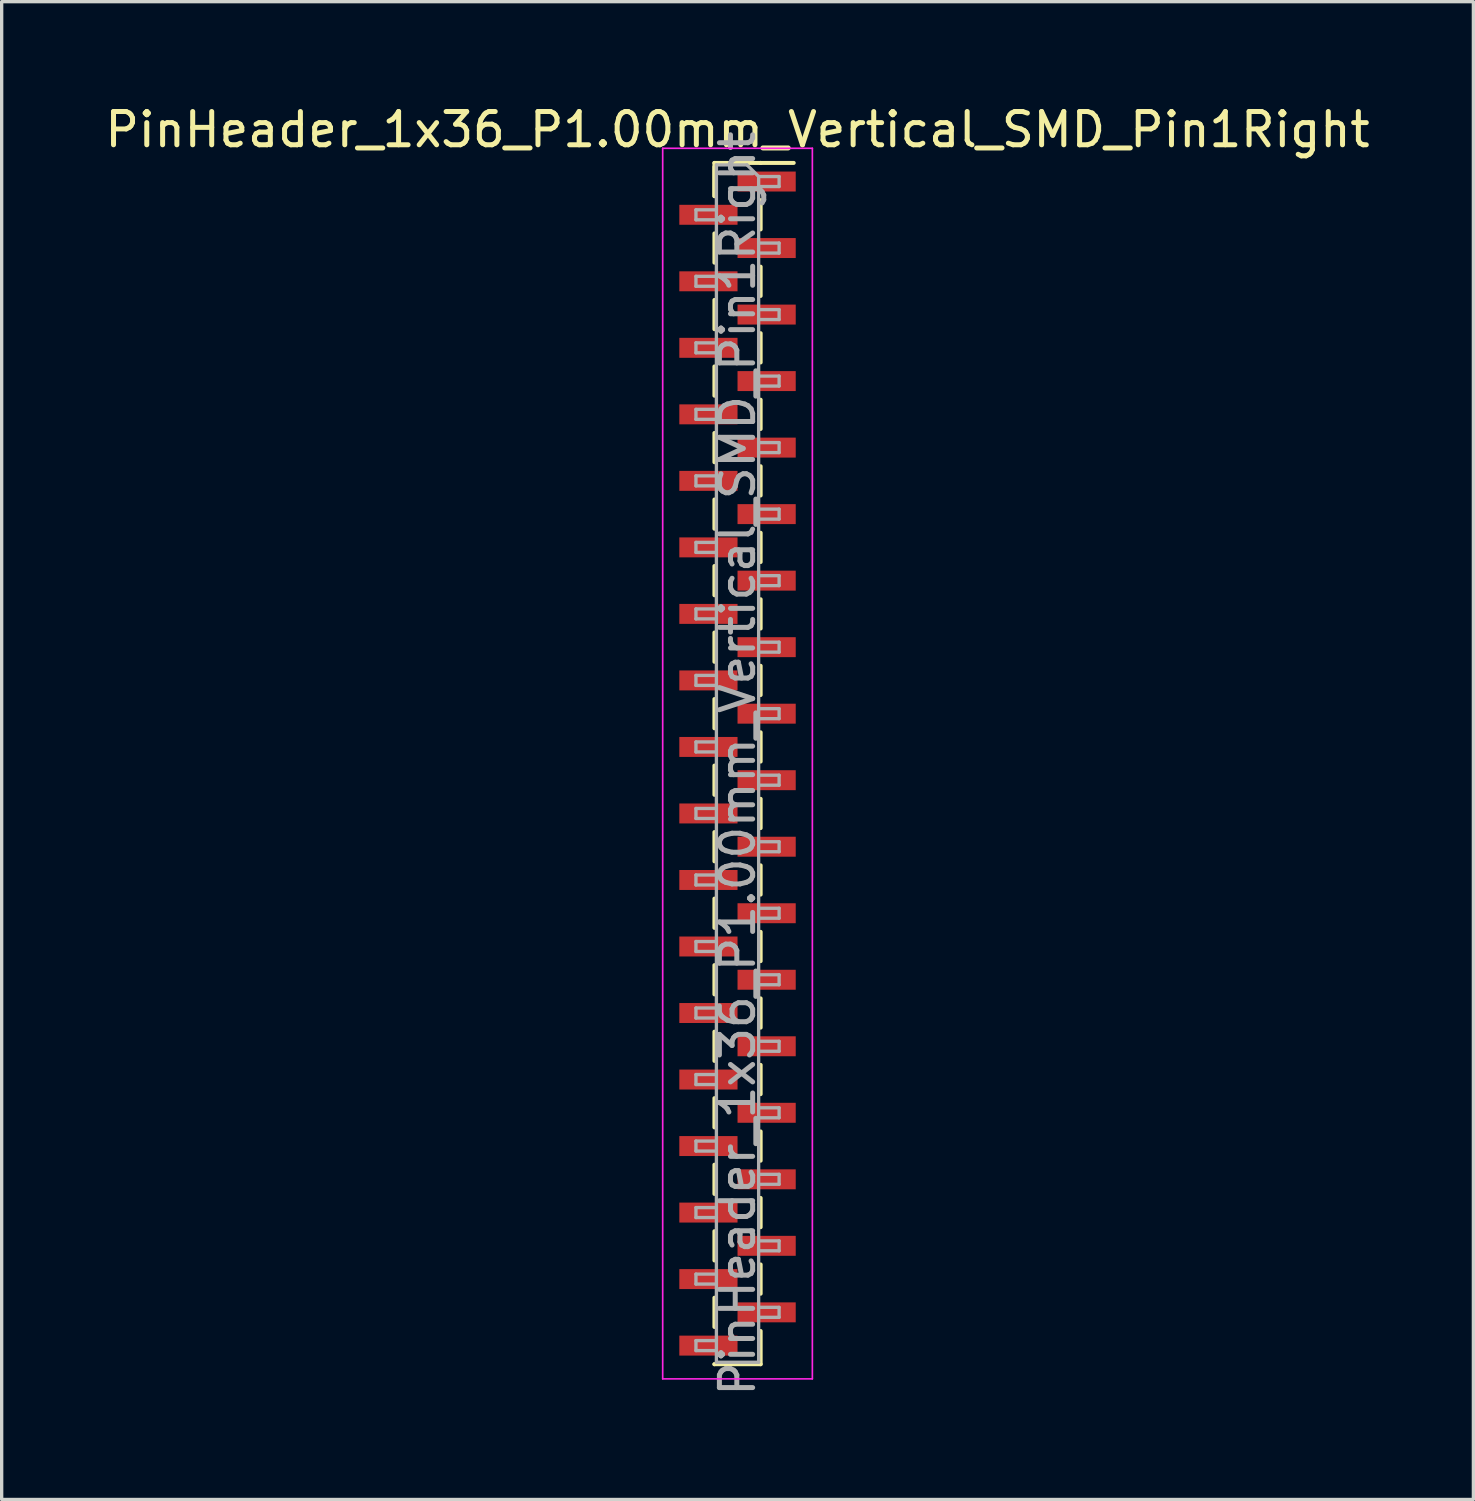
<source format=kicad_pcb>
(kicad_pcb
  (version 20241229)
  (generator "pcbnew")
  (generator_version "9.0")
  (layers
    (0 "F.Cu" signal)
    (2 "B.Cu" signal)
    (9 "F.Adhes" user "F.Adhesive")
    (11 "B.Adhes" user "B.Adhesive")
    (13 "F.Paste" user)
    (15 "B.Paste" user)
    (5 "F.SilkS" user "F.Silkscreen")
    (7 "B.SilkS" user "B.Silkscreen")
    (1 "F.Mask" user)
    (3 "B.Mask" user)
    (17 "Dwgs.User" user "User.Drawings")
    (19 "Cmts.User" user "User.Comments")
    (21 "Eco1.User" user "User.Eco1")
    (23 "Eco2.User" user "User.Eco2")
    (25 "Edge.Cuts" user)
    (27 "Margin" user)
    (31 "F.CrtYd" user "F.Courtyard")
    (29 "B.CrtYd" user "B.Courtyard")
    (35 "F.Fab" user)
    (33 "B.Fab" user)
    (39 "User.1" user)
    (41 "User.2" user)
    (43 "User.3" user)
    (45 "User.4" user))
  (footprint "PinHeader_1x36_P1.00mm_Vertical_SMD_Pin1Right"
    (layer "F.Cu")
    (at 19.125 19.908)
    (property "Reference" "PinHeader_1x36_P1.00mm_Vertical_SMD_Pin1Right" (at 0 -19.06 0) (layer "F.SilkS") (effects (font (size 1 1) (thickness 0.15))))
    (attr smd)
    (fp_line (start -0.695 -18.06) (end -0.695 -17.06) (stroke (width 0.12) (type solid)) (layer "F.SilkS"))
    (fp_line (start -0.695 -18.06) (end 0.695 -18.06) (stroke (width 0.12) (type solid)) (layer "F.SilkS"))
    (fp_line (start -0.695 -17.94) (end -0.695 -17.06) (stroke (width 0.12) (type solid)) (layer "F.SilkS"))
    (fp_line (start -0.695 -15.94) (end -0.695 -15.06) (stroke (width 0.12) (type solid)) (layer "F.SilkS"))
    (fp_line (start -0.695 -13.94) (end -0.695 -13.06) (stroke (width 0.12) (type solid)) (layer "F.SilkS"))
    (fp_line (start -0.695 -11.94) (end -0.695 -11.06) (stroke (width 0.12) (type solid)) (layer "F.SilkS"))
    (fp_line (start -0.695 -9.94) (end -0.695 -9.06) (stroke (width 0.12) (type solid)) (layer "F.SilkS"))
    (fp_line (start -0.695 -7.94) (end -0.695 -7.06) (stroke (width 0.12) (type solid)) (layer "F.SilkS"))
    (fp_line (start -0.695 -5.94) (end -0.695 -5.06) (stroke (width 0.12) (type solid)) (layer "F.SilkS"))
    (fp_line (start -0.695 -3.94) (end -0.695 -3.06) (stroke (width 0.12) (type solid)) (layer "F.SilkS"))
    (fp_line (start -0.695 -1.94) (end -0.695 -1.06) (stroke (width 0.12) (type solid)) (layer "F.SilkS"))
    (fp_line (start -0.695 0.06) (end -0.695 0.94) (stroke (width 0.12) (type solid)) (layer "F.SilkS"))
    (fp_line (start -0.695 2.06) (end -0.695 2.94) (stroke (width 0.12) (type solid)) (layer "F.SilkS"))
    (fp_line (start -0.695 4.06) (end -0.695 4.94) (stroke (width 0.12) (type solid)) (layer "F.SilkS"))
    (fp_line (start -0.695 6.06) (end -0.695 6.94) (stroke (width 0.12) (type solid)) (layer "F.SilkS"))
    (fp_line (start -0.695 8.06) (end -0.695 8.94) (stroke (width 0.12) (type solid)) (layer "F.SilkS"))
    (fp_line (start -0.695 10.06) (end -0.695 10.94) (stroke (width 0.12) (type solid)) (layer "F.SilkS"))
    (fp_line (start -0.695 12.06) (end -0.695 12.94) (stroke (width 0.12) (type solid)) (layer "F.SilkS"))
    (fp_line (start -0.695 14.06) (end -0.695 14.94) (stroke (width 0.12) (type solid)) (layer "F.SilkS"))
    (fp_line (start -0.695 16.06) (end -0.695 16.94) (stroke (width 0.12) (type solid)) (layer "F.SilkS"))
    (fp_line (start -0.695 18.06) (end -0.695 18.06) (stroke (width 0.12) (type solid)) (layer "F.SilkS"))
    (fp_line (start -0.695 18.06) (end 0.695 18.06) (stroke (width 0.12) (type solid)) (layer "F.SilkS"))
    (fp_line (start 0.695 -18.06) (end 0.695 -18.06) (stroke (width 0.12) (type solid)) (layer "F.SilkS"))
    (fp_line (start 0.695 -18.06) (end 1.69 -18.06) (stroke (width 0.12) (type solid)) (layer "F.SilkS"))
    (fp_line (start 0.695 -16.94) (end 0.695 -16.06) (stroke (width 0.12) (type solid)) (layer "F.SilkS"))
    (fp_line (start 0.695 -14.94) (end 0.695 -14.06) (stroke (width 0.12) (type solid)) (layer "F.SilkS"))
    (fp_line (start 0.695 -12.94) (end 0.695 -12.06) (stroke (width 0.12) (type solid)) (layer "F.SilkS"))
    (fp_line (start 0.695 -10.94) (end 0.695 -10.06) (stroke (width 0.12) (type solid)) (layer "F.SilkS"))
    (fp_line (start 0.695 -8.94) (end 0.695 -8.06) (stroke (width 0.12) (type solid)) (layer "F.SilkS"))
    (fp_line (start 0.695 -6.94) (end 0.695 -6.06) (stroke (width 0.12) (type solid)) (layer "F.SilkS"))
    (fp_line (start 0.695 -4.94) (end 0.695 -4.06) (stroke (width 0.12) (type solid)) (layer "F.SilkS"))
    (fp_line (start 0.695 -2.94) (end 0.695 -2.06) (stroke (width 0.12) (type solid)) (layer "F.SilkS"))
    (fp_line (start 0.695 -0.94) (end 0.695 -0.06) (stroke (width 0.12) (type solid)) (layer "F.SilkS"))
    (fp_line (start 0.695 1.06) (end 0.695 1.94) (stroke (width 0.12) (type solid)) (layer "F.SilkS"))
    (fp_line (start 0.695 3.06) (end 0.695 3.94) (stroke (width 0.12) (type solid)) (layer "F.SilkS"))
    (fp_line (start 0.695 5.06) (end 0.695 5.94) (stroke (width 0.12) (type solid)) (layer "F.SilkS"))
    (fp_line (start 0.695 7.06) (end 0.695 7.94) (stroke (width 0.12) (type solid)) (layer "F.SilkS"))
    (fp_line (start 0.695 9.06) (end 0.695 9.94) (stroke (width 0.12) (type solid)) (layer "F.SilkS"))
    (fp_line (start 0.695 11.06) (end 0.695 11.94) (stroke (width 0.12) (type solid)) (layer "F.SilkS"))
    (fp_line (start 0.695 13.06) (end 0.695 13.94) (stroke (width 0.12) (type solid)) (layer "F.SilkS"))
    (fp_line (start 0.695 15.06) (end 0.695 15.94) (stroke (width 0.12) (type solid)) (layer "F.SilkS"))
    (fp_line (start 0.695 17.06) (end 0.695 18.06) (stroke (width 0.12) (type solid)) (layer "F.SilkS"))
    (fp_line (start -2.25 -18.5) (end -2.25 18.5) (stroke (width 0.05) (type solid)) (layer "F.CrtYd"))
    (fp_line (start -2.25 18.5) (end 2.25 18.5) (stroke (width 0.05) (type solid)) (layer "F.CrtYd"))
    (fp_line (start 2.25 -18.5) (end -2.25 -18.5) (stroke (width 0.05) (type solid)) (layer "F.CrtYd"))
    (fp_line (start 2.25 18.5) (end 2.25 -18.5) (stroke (width 0.05) (type solid)) (layer "F.CrtYd"))
    (fp_line (start -1.25 -16.65) (end -1.25 -16.35) (stroke (width 0.1) (type solid)) (layer "F.Fab"))
    (fp_line (start -1.25 -16.35) (end -0.635 -16.35) (stroke (width 0.1) (type solid)) (layer "F.Fab"))
    (fp_line (start -1.25 -14.65) (end -1.25 -14.35) (stroke (width 0.1) (type solid)) (layer "F.Fab"))
    (fp_line (start -1.25 -14.35) (end -0.635 -14.35) (stroke (width 0.1) (type solid)) (layer "F.Fab"))
    (fp_line (start -1.25 -12.65) (end -1.25 -12.35) (stroke (width 0.1) (type solid)) (layer "F.Fab"))
    (fp_line (start -1.25 -12.35) (end -0.635 -12.35) (stroke (width 0.1) (type solid)) (layer "F.Fab"))
    (fp_line (start -1.25 -10.65) (end -1.25 -10.35) (stroke (width 0.1) (type solid)) (layer "F.Fab"))
    (fp_line (start -1.25 -10.35) (end -0.635 -10.35) (stroke (width 0.1) (type solid)) (layer "F.Fab"))
    (fp_line (start -1.25 -8.65) (end -1.25 -8.35) (stroke (width 0.1) (type solid)) (layer "F.Fab"))
    (fp_line (start -1.25 -8.35) (end -0.635 -8.35) (stroke (width 0.1) (type solid)) (layer "F.Fab"))
    (fp_line (start -1.25 -6.65) (end -1.25 -6.35) (stroke (width 0.1) (type solid)) (layer "F.Fab"))
    (fp_line (start -1.25 -6.35) (end -0.635 -6.35) (stroke (width 0.1) (type solid)) (layer "F.Fab"))
    (fp_line (start -1.25 -4.65) (end -1.25 -4.35) (stroke (width 0.1) (type solid)) (layer "F.Fab"))
    (fp_line (start -1.25 -4.35) (end -0.635 -4.35) (stroke (width 0.1) (type solid)) (layer "F.Fab"))
    (fp_line (start -1.25 -2.65) (end -1.25 -2.35) (stroke (width 0.1) (type solid)) (layer "F.Fab"))
    (fp_line (start -1.25 -2.35) (end -0.635 -2.35) (stroke (width 0.1) (type solid)) (layer "F.Fab"))
    (fp_line (start -1.25 -0.65) (end -1.25 -0.35) (stroke (width 0.1) (type solid)) (layer "F.Fab"))
    (fp_line (start -1.25 -0.35) (end -0.635 -0.35) (stroke (width 0.1) (type solid)) (layer "F.Fab"))
    (fp_line (start -1.25 1.35) (end -1.25 1.65) (stroke (width 0.1) (type solid)) (layer "F.Fab"))
    (fp_line (start -1.25 1.65) (end -0.635 1.65) (stroke (width 0.1) (type solid)) (layer "F.Fab"))
    (fp_line (start -1.25 3.35) (end -1.25 3.65) (stroke (width 0.1) (type solid)) (layer "F.Fab"))
    (fp_line (start -1.25 3.65) (end -0.635 3.65) (stroke (width 0.1) (type solid)) (layer "F.Fab"))
    (fp_line (start -1.25 5.35) (end -1.25 5.65) (stroke (width 0.1) (type solid)) (layer "F.Fab"))
    (fp_line (start -1.25 5.65) (end -0.635 5.65) (stroke (width 0.1) (type solid)) (layer "F.Fab"))
    (fp_line (start -1.25 7.35) (end -1.25 7.65) (stroke (width 0.1) (type solid)) (layer "F.Fab"))
    (fp_line (start -1.25 7.65) (end -0.635 7.65) (stroke (width 0.1) (type solid)) (layer "F.Fab"))
    (fp_line (start -1.25 9.35) (end -1.25 9.65) (stroke (width 0.1) (type solid)) (layer "F.Fab"))
    (fp_line (start -1.25 9.65) (end -0.635 9.65) (stroke (width 0.1) (type solid)) (layer "F.Fab"))
    (fp_line (start -1.25 11.35) (end -1.25 11.65) (stroke (width 0.1) (type solid)) (layer "F.Fab"))
    (fp_line (start -1.25 11.65) (end -0.635 11.65) (stroke (width 0.1) (type solid)) (layer "F.Fab"))
    (fp_line (start -1.25 13.35) (end -1.25 13.65) (stroke (width 0.1) (type solid)) (layer "F.Fab"))
    (fp_line (start -1.25 13.65) (end -0.635 13.65) (stroke (width 0.1) (type solid)) (layer "F.Fab"))
    (fp_line (start -1.25 15.35) (end -1.25 15.65) (stroke (width 0.1) (type solid)) (layer "F.Fab"))
    (fp_line (start -1.25 15.65) (end -0.635 15.65) (stroke (width 0.1) (type solid)) (layer "F.Fab"))
    (fp_line (start -1.25 17.35) (end -1.25 17.65) (stroke (width 0.1) (type solid)) (layer "F.Fab"))
    (fp_line (start -1.25 17.65) (end -0.635 17.65) (stroke (width 0.1) (type solid)) (layer "F.Fab"))
    (fp_line (start -0.635 -18) (end -0.635 18) (stroke (width 0.1) (type solid)) (layer "F.Fab"))
    (fp_line (start -0.635 -18) (end 0.285 -18) (stroke (width 0.1) (type solid)) (layer "F.Fab"))
    (fp_line (start -0.635 -16.65) (end -1.25 -16.65) (stroke (width 0.1) (type solid)) (layer "F.Fab"))
    (fp_line (start -0.635 -14.65) (end -1.25 -14.65) (stroke (width 0.1) (type solid)) (layer "F.Fab"))
    (fp_line (start -0.635 -12.65) (end -1.25 -12.65) (stroke (width 0.1) (type solid)) (layer "F.Fab"))
    (fp_line (start -0.635 -10.65) (end -1.25 -10.65) (stroke (width 0.1) (type solid)) (layer "F.Fab"))
    (fp_line (start -0.635 -8.65) (end -1.25 -8.65) (stroke (width 0.1) (type solid)) (layer "F.Fab"))
    (fp_line (start -0.635 -6.65) (end -1.25 -6.65) (stroke (width 0.1) (type solid)) (layer "F.Fab"))
    (fp_line (start -0.635 -4.65) (end -1.25 -4.65) (stroke (width 0.1) (type solid)) (layer "F.Fab"))
    (fp_line (start -0.635 -2.65) (end -1.25 -2.65) (stroke (width 0.1) (type solid)) (layer "F.Fab"))
    (fp_line (start -0.635 -0.65) (end -1.25 -0.65) (stroke (width 0.1) (type solid)) (layer "F.Fab"))
    (fp_line (start -0.635 1.35) (end -1.25 1.35) (stroke (width 0.1) (type solid)) (layer "F.Fab"))
    (fp_line (start -0.635 3.35) (end -1.25 3.35) (stroke (width 0.1) (type solid)) (layer "F.Fab"))
    (fp_line (start -0.635 5.35) (end -1.25 5.35) (stroke (width 0.1) (type solid)) (layer "F.Fab"))
    (fp_line (start -0.635 7.35) (end -1.25 7.35) (stroke (width 0.1) (type solid)) (layer "F.Fab"))
    (fp_line (start -0.635 9.35) (end -1.25 9.35) (stroke (width 0.1) (type solid)) (layer "F.Fab"))
    (fp_line (start -0.635 11.35) (end -1.25 11.35) (stroke (width 0.1) (type solid)) (layer "F.Fab"))
    (fp_line (start -0.635 13.35) (end -1.25 13.35) (stroke (width 0.1) (type solid)) (layer "F.Fab"))
    (fp_line (start -0.635 15.35) (end -1.25 15.35) (stroke (width 0.1) (type solid)) (layer "F.Fab"))
    (fp_line (start -0.635 17.35) (end -1.25 17.35) (stroke (width 0.1) (type solid)) (layer "F.Fab"))
    (fp_line (start 0.635 -17.65) (end 0.285 -18) (stroke (width 0.1) (type solid)) (layer "F.Fab"))
    (fp_line (start 0.635 -17.65) (end 1.25 -17.65) (stroke (width 0.1) (type solid)) (layer "F.Fab"))
    (fp_line (start 0.635 -15.65) (end 1.25 -15.65) (stroke (width 0.1) (type solid)) (layer "F.Fab"))
    (fp_line (start 0.635 -13.65) (end 1.25 -13.65) (stroke (width 0.1) (type solid)) (layer "F.Fab"))
    (fp_line (start 0.635 -11.65) (end 1.25 -11.65) (stroke (width 0.1) (type solid)) (layer "F.Fab"))
    (fp_line (start 0.635 -9.65) (end 1.25 -9.65) (stroke (width 0.1) (type solid)) (layer "F.Fab"))
    (fp_line (start 0.635 -7.65) (end 1.25 -7.65) (stroke (width 0.1) (type solid)) (layer "F.Fab"))
    (fp_line (start 0.635 -5.65) (end 1.25 -5.65) (stroke (width 0.1) (type solid)) (layer "F.Fab"))
    (fp_line (start 0.635 -3.65) (end 1.25 -3.65) (stroke (width 0.1) (type solid)) (layer "F.Fab"))
    (fp_line (start 0.635 -1.65) (end 1.25 -1.65) (stroke (width 0.1) (type solid)) (layer "F.Fab"))
    (fp_line (start 0.635 0.35) (end 1.25 0.35) (stroke (width 0.1) (type solid)) (layer "F.Fab"))
    (fp_line (start 0.635 2.35) (end 1.25 2.35) (stroke (width 0.1) (type solid)) (layer "F.Fab"))
    (fp_line (start 0.635 4.35) (end 1.25 4.35) (stroke (width 0.1) (type solid)) (layer "F.Fab"))
    (fp_line (start 0.635 6.35) (end 1.25 6.35) (stroke (width 0.1) (type solid)) (layer "F.Fab"))
    (fp_line (start 0.635 8.35) (end 1.25 8.35) (stroke (width 0.1) (type solid)) (layer "F.Fab"))
    (fp_line (start 0.635 10.35) (end 1.25 10.35) (stroke (width 0.1) (type solid)) (layer "F.Fab"))
    (fp_line (start 0.635 12.35) (end 1.25 12.35) (stroke (width 0.1) (type solid)) (layer "F.Fab"))
    (fp_line (start 0.635 14.35) (end 1.25 14.35) (stroke (width 0.1) (type solid)) (layer "F.Fab"))
    (fp_line (start 0.635 16.35) (end 1.25 16.35) (stroke (width 0.1) (type solid)) (layer "F.Fab"))
    (fp_line (start 0.635 18) (end -0.635 18) (stroke (width 0.1) (type solid)) (layer "F.Fab"))
    (fp_line (start 0.635 18) (end 0.635 -17.65) (stroke (width 0.1) (type solid)) (layer "F.Fab"))
    (fp_line (start 1.25 -17.65) (end 1.25 -17.35) (stroke (width 0.1) (type solid)) (layer "F.Fab"))
    (fp_line (start 1.25 -17.35) (end 0.635 -17.35) (stroke (width 0.1) (type solid)) (layer "F.Fab"))
    (fp_line (start 1.25 -15.65) (end 1.25 -15.35) (stroke (width 0.1) (type solid)) (layer "F.Fab"))
    (fp_line (start 1.25 -15.35) (end 0.635 -15.35) (stroke (width 0.1) (type solid)) (layer "F.Fab"))
    (fp_line (start 1.25 -13.65) (end 1.25 -13.35) (stroke (width 0.1) (type solid)) (layer "F.Fab"))
    (fp_line (start 1.25 -13.35) (end 0.635 -13.35) (stroke (width 0.1) (type solid)) (layer "F.Fab"))
    (fp_line (start 1.25 -11.65) (end 1.25 -11.35) (stroke (width 0.1) (type solid)) (layer "F.Fab"))
    (fp_line (start 1.25 -11.35) (end 0.635 -11.35) (stroke (width 0.1) (type solid)) (layer "F.Fab"))
    (fp_line (start 1.25 -9.65) (end 1.25 -9.35) (stroke (width 0.1) (type solid)) (layer "F.Fab"))
    (fp_line (start 1.25 -9.35) (end 0.635 -9.35) (stroke (width 0.1) (type solid)) (layer "F.Fab"))
    (fp_line (start 1.25 -7.65) (end 1.25 -7.35) (stroke (width 0.1) (type solid)) (layer "F.Fab"))
    (fp_line (start 1.25 -7.35) (end 0.635 -7.35) (stroke (width 0.1) (type solid)) (layer "F.Fab"))
    (fp_line (start 1.25 -5.65) (end 1.25 -5.35) (stroke (width 0.1) (type solid)) (layer "F.Fab"))
    (fp_line (start 1.25 -5.35) (end 0.635 -5.35) (stroke (width 0.1) (type solid)) (layer "F.Fab"))
    (fp_line (start 1.25 -3.65) (end 1.25 -3.35) (stroke (width 0.1) (type solid)) (layer "F.Fab"))
    (fp_line (start 1.25 -3.35) (end 0.635 -3.35) (stroke (width 0.1) (type solid)) (layer "F.Fab"))
    (fp_line (start 1.25 -1.65) (end 1.25 -1.35) (stroke (width 0.1) (type solid)) (layer "F.Fab"))
    (fp_line (start 1.25 -1.35) (end 0.635 -1.35) (stroke (width 0.1) (type solid)) (layer "F.Fab"))
    (fp_line (start 1.25 0.35) (end 1.25 0.65) (stroke (width 0.1) (type solid)) (layer "F.Fab"))
    (fp_line (start 1.25 0.65) (end 0.635 0.65) (stroke (width 0.1) (type solid)) (layer "F.Fab"))
    (fp_line (start 1.25 2.35) (end 1.25 2.65) (stroke (width 0.1) (type solid)) (layer "F.Fab"))
    (fp_line (start 1.25 2.65) (end 0.635 2.65) (stroke (width 0.1) (type solid)) (layer "F.Fab"))
    (fp_line (start 1.25 4.35) (end 1.25 4.65) (stroke (width 0.1) (type solid)) (layer "F.Fab"))
    (fp_line (start 1.25 4.65) (end 0.635 4.65) (stroke (width 0.1) (type solid)) (layer "F.Fab"))
    (fp_line (start 1.25 6.35) (end 1.25 6.65) (stroke (width 0.1) (type solid)) (layer "F.Fab"))
    (fp_line (start 1.25 6.65) (end 0.635 6.65) (stroke (width 0.1) (type solid)) (layer "F.Fab"))
    (fp_line (start 1.25 8.35) (end 1.25 8.65) (stroke (width 0.1) (type solid)) (layer "F.Fab"))
    (fp_line (start 1.25 8.65) (end 0.635 8.65) (stroke (width 0.1) (type solid)) (layer "F.Fab"))
    (fp_line (start 1.25 10.35) (end 1.25 10.65) (stroke (width 0.1) (type solid)) (layer "F.Fab"))
    (fp_line (start 1.25 10.65) (end 0.635 10.65) (stroke (width 0.1) (type solid)) (layer "F.Fab"))
    (fp_line (start 1.25 12.35) (end 1.25 12.65) (stroke (width 0.1) (type solid)) (layer "F.Fab"))
    (fp_line (start 1.25 12.65) (end 0.635 12.65) (stroke (width 0.1) (type solid)) (layer "F.Fab"))
    (fp_line (start 1.25 14.35) (end 1.25 14.65) (stroke (width 0.1) (type solid)) (layer "F.Fab"))
    (fp_line (start 1.25 14.65) (end 0.635 14.65) (stroke (width 0.1) (type solid)) (layer "F.Fab"))
    (fp_line (start 1.25 16.35) (end 1.25 16.65) (stroke (width 0.1) (type solid)) (layer "F.Fab"))
    (fp_line (start 1.25 16.65) (end 0.635 16.65) (stroke (width 0.1) (type solid)) (layer "F.Fab"))
    (fp_text user "${REFERENCE}" (at 0 0 90) (layer "F.Fab") (effects (font (size 1 1) (thickness 0.15))))
    (pad "1" smd rect (at 0.875 -17.5) (size 1.75 0.6) (layers "F.Cu" "F.Mask" "F.Paste"))
    (pad "2" smd rect (at -0.875 -16.5) (size 1.75 0.6) (layers "F.Cu" "F.Mask" "F.Paste"))
    (pad "3" smd rect (at 0.875 -15.5) (size 1.75 0.6) (layers "F.Cu" "F.Mask" "F.Paste"))
    (pad "4" smd rect (at -0.875 -14.5) (size 1.75 0.6) (layers "F.Cu" "F.Mask" "F.Paste"))
    (pad "5" smd rect (at 0.875 -13.5) (size 1.75 0.6) (layers "F.Cu" "F.Mask" "F.Paste"))
    (pad "6" smd rect (at -0.875 -12.5) (size 1.75 0.6) (layers "F.Cu" "F.Mask" "F.Paste"))
    (pad "7" smd rect (at 0.875 -11.5) (size 1.75 0.6) (layers "F.Cu" "F.Mask" "F.Paste"))
    (pad "8" smd rect (at -0.875 -10.5) (size 1.75 0.6) (layers "F.Cu" "F.Mask" "F.Paste"))
    (pad "9" smd rect (at 0.875 -9.5) (size 1.75 0.6) (layers "F.Cu" "F.Mask" "F.Paste"))
    (pad "10" smd rect (at -0.875 -8.5) (size 1.75 0.6) (layers "F.Cu" "F.Mask" "F.Paste"))
    (pad "11" smd rect (at 0.875 -7.5) (size 1.75 0.6) (layers "F.Cu" "F.Mask" "F.Paste"))
    (pad "12" smd rect (at -0.875 -6.5) (size 1.75 0.6) (layers "F.Cu" "F.Mask" "F.Paste"))
    (pad "13" smd rect (at 0.875 -5.5) (size 1.75 0.6) (layers "F.Cu" "F.Mask" "F.Paste"))
    (pad "14" smd rect (at -0.875 -4.5) (size 1.75 0.6) (layers "F.Cu" "F.Mask" "F.Paste"))
    (pad "15" smd rect (at 0.875 -3.5) (size 1.75 0.6) (layers "F.Cu" "F.Mask" "F.Paste"))
    (pad "16" smd rect (at -0.875 -2.5) (size 1.75 0.6) (layers "F.Cu" "F.Mask" "F.Paste"))
    (pad "17" smd rect (at 0.875 -1.5) (size 1.75 0.6) (layers "F.Cu" "F.Mask" "F.Paste"))
    (pad "18" smd rect (at -0.875 -0.5) (size 1.75 0.6) (layers "F.Cu" "F.Mask" "F.Paste"))
    (pad "19" smd rect (at 0.875 0.5) (size 1.75 0.6) (layers "F.Cu" "F.Mask" "F.Paste"))
    (pad "20" smd rect (at -0.875 1.5) (size 1.75 0.6) (layers "F.Cu" "F.Mask" "F.Paste"))
    (pad "21" smd rect (at 0.875 2.5) (size 1.75 0.6) (layers "F.Cu" "F.Mask" "F.Paste"))
    (pad "22" smd rect (at -0.875 3.5) (size 1.75 0.6) (layers "F.Cu" "F.Mask" "F.Paste"))
    (pad "23" smd rect (at 0.875 4.5) (size 1.75 0.6) (layers "F.Cu" "F.Mask" "F.Paste"))
    (pad "24" smd rect (at -0.875 5.5) (size 1.75 0.6) (layers "F.Cu" "F.Mask" "F.Paste"))
    (pad "25" smd rect (at 0.875 6.5) (size 1.75 0.6) (layers "F.Cu" "F.Mask" "F.Paste"))
    (pad "26" smd rect (at -0.875 7.5) (size 1.75 0.6) (layers "F.Cu" "F.Mask" "F.Paste"))
    (pad "27" smd rect (at 0.875 8.5) (size 1.75 0.6) (layers "F.Cu" "F.Mask" "F.Paste"))
    (pad "28" smd rect (at -0.875 9.5) (size 1.75 0.6) (layers "F.Cu" "F.Mask" "F.Paste"))
    (pad "29" smd rect (at 0.875 10.5) (size 1.75 0.6) (layers "F.Cu" "F.Mask" "F.Paste"))
    (pad "30" smd rect (at -0.875 11.5) (size 1.75 0.6) (layers "F.Cu" "F.Mask" "F.Paste"))
    (pad "31" smd rect (at 0.875 12.5) (size 1.75 0.6) (layers "F.Cu" "F.Mask" "F.Paste"))
    (pad "32" smd rect (at -0.875 13.5) (size 1.75 0.6) (layers "F.Cu" "F.Mask" "F.Paste"))
    (pad "33" smd rect (at 0.875 14.5) (size 1.75 0.6) (layers "F.Cu" "F.Mask" "F.Paste"))
    (pad "34" smd rect (at -0.875 15.5) (size 1.75 0.6) (layers "F.Cu" "F.Mask" "F.Paste"))
    (pad "35" smd rect (at 0.875 16.5) (size 1.75 0.6) (layers "F.Cu" "F.Mask" "F.Paste"))
    (pad "36" smd rect (at -0.875 17.5) (size 1.75 0.6) (layers "F.Cu" "F.Mask" "F.Paste")))
  (gr_rect
    (start -3 -3)
    (end 41.25 42.033)
    (stroke (width 0.1) (type default))
    (fill no)
    (layer "Edge.Cuts")))
</source>
